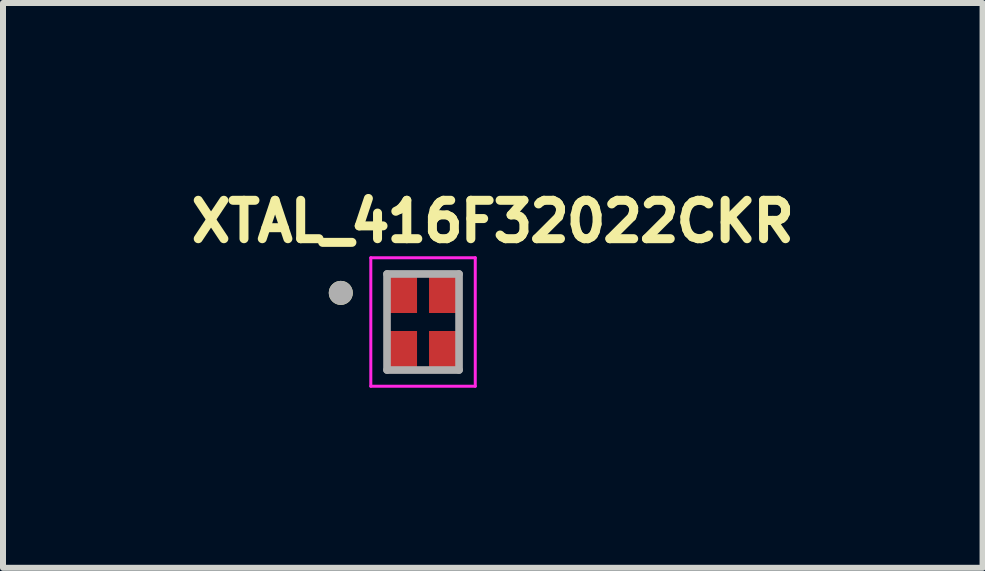
<source format=kicad_pcb>
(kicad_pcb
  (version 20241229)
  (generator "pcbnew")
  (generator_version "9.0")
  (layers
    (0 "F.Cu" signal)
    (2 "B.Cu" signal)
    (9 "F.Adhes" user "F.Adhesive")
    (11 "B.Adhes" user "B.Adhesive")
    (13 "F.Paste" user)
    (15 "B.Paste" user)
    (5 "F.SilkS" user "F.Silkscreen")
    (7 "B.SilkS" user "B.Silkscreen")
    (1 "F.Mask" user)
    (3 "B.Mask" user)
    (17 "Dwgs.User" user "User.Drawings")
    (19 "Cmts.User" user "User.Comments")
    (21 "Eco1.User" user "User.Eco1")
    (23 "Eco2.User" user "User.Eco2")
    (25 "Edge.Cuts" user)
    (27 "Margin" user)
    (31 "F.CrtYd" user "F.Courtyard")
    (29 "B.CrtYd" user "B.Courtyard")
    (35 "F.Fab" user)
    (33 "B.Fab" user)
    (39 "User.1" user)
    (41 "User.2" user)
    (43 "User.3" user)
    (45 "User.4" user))
  (footprint "XTAL_416F32022CKR"
    (layer "F.Cu")
    (at 3.997 2.314)
    (property "Reference" "XTAL_416F32022CKR" (at 1.162 -1.676 0) (layer "F.SilkS") (effects (font (size 0.64 0.64) (thickness 0.15))))
    (attr smd)
    (fp_circle (center -1.37 -0.485) (end -1.27 -0.485) (stroke (width 0.2) (type solid)) (fill no) (layer "F.SilkS"))
    (fp_line (start -0.87 -1.07) (end -0.87 1.07) (stroke (width 0.05) (type solid)) (layer "F.CrtYd"))
    (fp_line (start -0.87 -1.07) (end 0.87 -1.07) (stroke (width 0.05) (type solid)) (layer "F.CrtYd"))
    (fp_line (start 0.87 -1.07) (end 0.87 1.07) (stroke (width 0.05) (type solid)) (layer "F.CrtYd"))
    (fp_line (start 0.87 1.07) (end -0.87 1.07) (stroke (width 0.05) (type solid)) (layer "F.CrtYd"))
    (fp_line (start -0.6 -0.8) (end -0.6 0.8) (stroke (width 0.127) (type solid)) (layer "F.Fab"))
    (fp_line (start -0.6 -0.8) (end 0.6 -0.8) (stroke (width 0.127) (type solid)) (layer "F.Fab"))
    (fp_line (start 0.6 -0.8) (end 0.6 0.8) (stroke (width 0.127) (type solid)) (layer "F.Fab"))
    (fp_line (start 0.6 0.8) (end -0.6 0.8) (stroke (width 0.127) (type solid)) (layer "F.Fab"))
    (fp_circle (center -1.37 -0.485) (end -1.27 -0.485) (stroke (width 0.2) (type solid)) (fill no) (layer "F.Fab"))
    (pad "1" smd rect (at -0.36 -0.485) (size 0.52 0.67) (layers "F.Cu" "F.Mask" "F.Paste"))
    (pad "2" smd rect (at -0.36 0.485) (size 0.52 0.67) (layers "F.Cu" "F.Mask" "F.Paste"))
    (pad "3" smd rect (at 0.36 0.485) (size 0.52 0.67) (layers "F.Cu" "F.Mask" "F.Paste"))
    (pad "4" smd rect (at 0.36 -0.485) (size 0.52 0.67) (layers "F.Cu" "F.Mask" "F.Paste")))
  (gr_rect
    (start -3 -3)
    (end 13.318 6.409)
    (stroke (width 0.1) (type default))
    (fill no)
    (layer "Edge.Cuts")))
</source>
